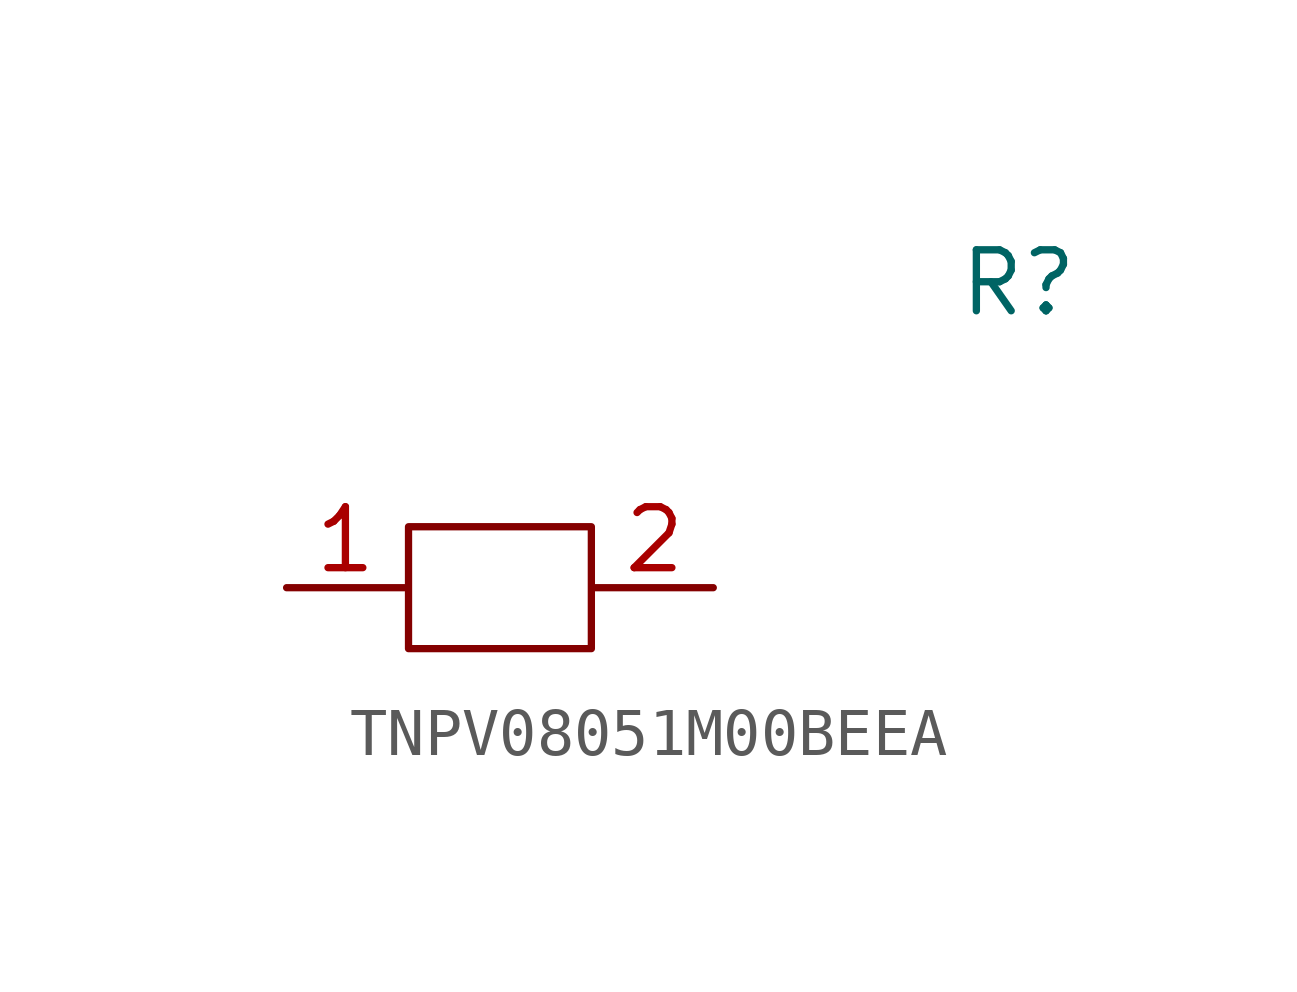
<source format=kicad_sym>
(kicad_symbol_lib
  (version 20211014)
  (generator kicad_symbol_editor)
  (symbol "TNPV08051M00BEEA"
    (pin_names
      (offset 0.762))
    (property "Reference" "R"
      (at 13.97 6.35 0)
      (effects (font (size 1.27 1.27)) (justify left)))
    (symbol "TNPV08051M00BEEA_0_0"
      (pin passive line (at 0 0 0) (length 2.45) (name "~" (effects (font (size 1.27 1.27)))) (number "1" (effects (font (size 1.27 1.27)))))
      (pin passive line (at 8.89 0 180) (length 2.45) (name "~" (effects (font (size 1.27 1.27)))) (number "2" (effects (font (size 1.27 1.27))))))
    (symbol "TNPV08051M00BEEA_0_1"
      (polyline (pts (xy 2.54 1.27) (xy 6.35 1.27) (xy 6.35 -1.27) (xy 2.54 -1.27) (xy 2.54 1.27)) (stroke (width 0.152) (type default) (color 0 0 0 0)) (fill (type none))))))
</source>
